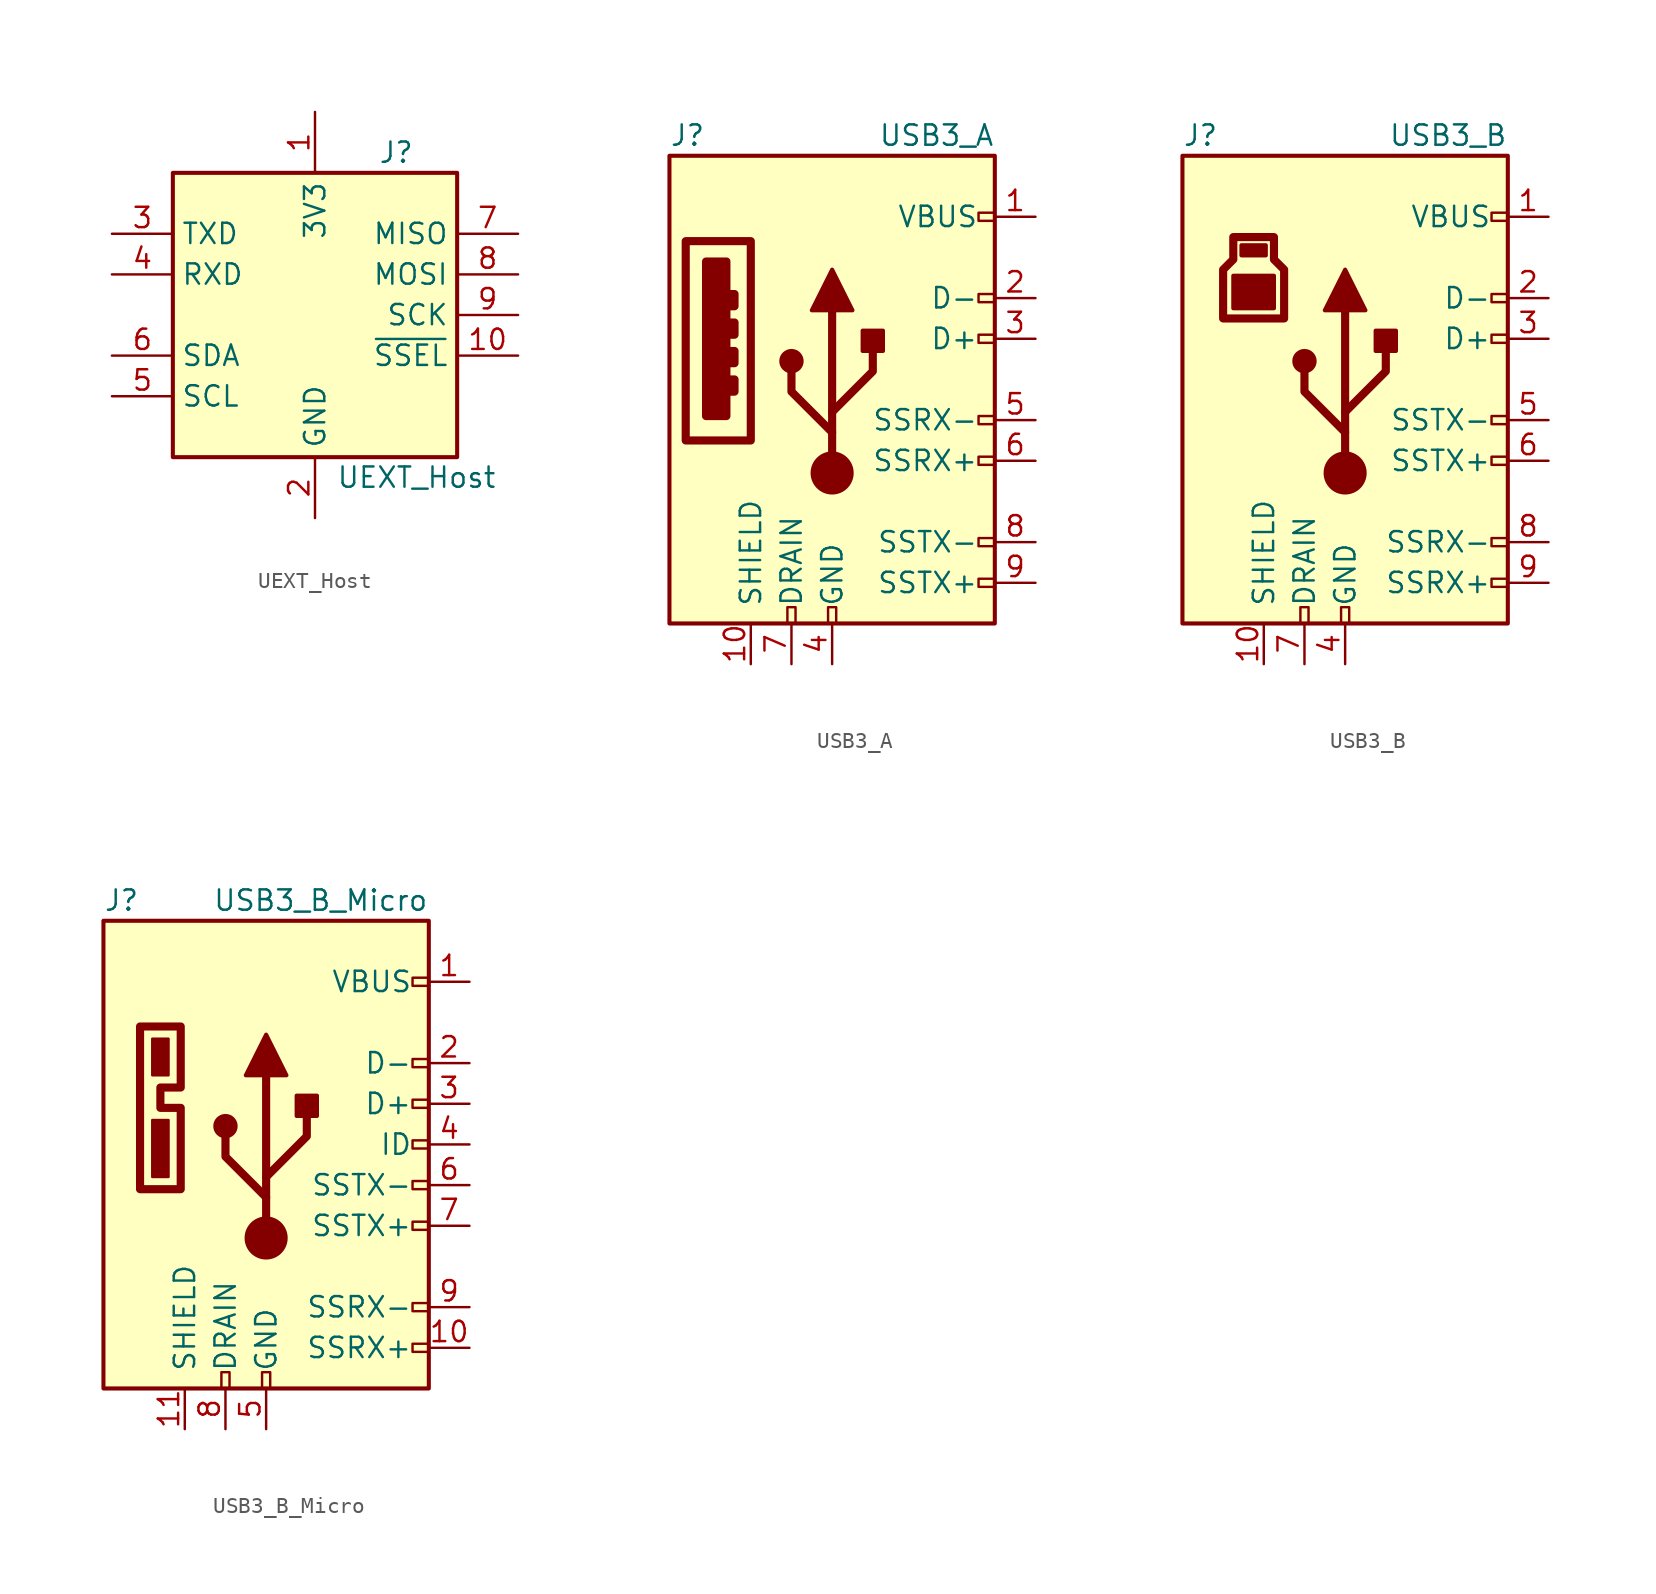
<source format=kicad_sym>
(kicad_symbol_lib
  (version 20211014)
  (generator kicad_symbol_editor)
  (symbol "UEXT_Host"
    (property "Reference" "J"
      (at 5.08 10.16 0)
      (effects (font (size 1.27 1.27))))
    (property "Value" "UEXT_Host"
      (at 6.35 -10.16 0)
      (effects (font (size 1.27 1.27))))
    (symbol "UEXT_Host_1_1"
      (rectangle (start -8.89 8.89) (end 8.89 -8.89) (stroke (width 0.254) (type default) (color 0 0 0 0)) (fill (type background)))
      (pin power_in line (at 0 12.7 270) (length 3.81) (name "3V3" (effects (font (size 1.27 1.27)))) (number "1" (effects (font (size 1.27 1.27)))))
      (pin output line (at 12.7 -2.54 180) (length 3.81) (name "~{SSEL}" (effects (font (size 1.27 1.27)))) (number "10" (effects (font (size 1.27 1.27)))))
      (pin power_in line (at 0 -12.7 90) (length 3.81) (name "GND" (effects (font (size 1.27 1.27)))) (number "2" (effects (font (size 1.27 1.27)))))
      (pin output line (at -12.7 5.08 0) (length 3.81) (name "TXD" (effects (font (size 1.27 1.27)))) (number "3" (effects (font (size 1.27 1.27)))))
      (pin input line (at -12.7 2.54 0) (length 3.81) (name "RXD" (effects (font (size 1.27 1.27)))) (number "4" (effects (font (size 1.27 1.27)))))
      (pin output line (at -12.7 -5.08 0) (length 3.81) (name "SCL" (effects (font (size 1.27 1.27)))) (number "5" (effects (font (size 1.27 1.27)))))
      (pin bidirectional line (at -12.7 -2.54 0) (length 3.81) (name "SDA" (effects (font (size 1.27 1.27)))) (number "6" (effects (font (size 1.27 1.27)))))
      (pin output line (at 12.7 5.08 180) (length 3.81) (name "MISO" (effects (font (size 1.27 1.27)))) (number "7" (effects (font (size 1.27 1.27)))))
      (pin input line (at 12.7 2.54 180) (length 3.81) (name "MOSI" (effects (font (size 1.27 1.27)))) (number "8" (effects (font (size 1.27 1.27)))))
      (pin output line (at 12.7 0 180) (length 3.81) (name "SCK" (effects (font (size 1.27 1.27)))) (number "9" (effects (font (size 1.27 1.27)))))))
  (symbol "USB3_A"
    (pin_names
      (offset 1.016))
    (property "Reference" "J"
      (at -10.16 15.24 0)
      (effects (font (size 1.27 1.27)) (justify left)))
    (property "Value" "USB3_A"
      (at 10.16 15.24 0)
      (effects (font (size 1.27 1.27)) (justify right)))
    (symbol "USB3_A_0_0"
      (rectangle (start -9.144 8.636) (end -5.08 -3.81) (stroke (width 0.508) (type default) (color 0 0 0 0)) (fill (type none)))
      (rectangle (start -7.874 7.366) (end -6.604 -2.286) (stroke (width 0.508) (type default) (color 0 0 0 0)) (fill (type outline)))
      (rectangle (start -6.35 0) (end -6.096 -0.762) (stroke (width 0.508) (type default) (color 0 0 0 0)) (fill (type none)))
      (rectangle (start -6.35 1.778) (end -6.096 1.016) (stroke (width 0.508) (type default) (color 0 0 0 0)) (fill (type none)))
      (rectangle (start -6.35 3.556) (end -6.096 2.794) (stroke (width 0.508) (type default) (color 0 0 0 0)) (fill (type none)))
      (rectangle (start -6.35 5.334) (end -6.096 4.572) (stroke (width 0.508) (type default) (color 0 0 0 0)) (fill (type none)))
      (rectangle (start -2.794 -15.24) (end -2.286 -14.224) (stroke (width 0) (type default) (color 0 0 0 0)) (fill (type none)))
      (rectangle (start -0.254 -15.24) (end 0.254 -14.224) (stroke (width 0) (type default) (color 0 0 0 0)) (fill (type none)))
      (rectangle (start 10.16 -12.446) (end 9.144 -12.954) (stroke (width 0) (type default) (color 0 0 0 0)) (fill (type none)))
      (rectangle (start 10.16 -9.906) (end 9.144 -10.414) (stroke (width 0) (type default) (color 0 0 0 0)) (fill (type none)))
      (rectangle (start 10.16 -4.826) (end 9.144 -5.334) (stroke (width 0) (type default) (color 0 0 0 0)) (fill (type none)))
      (rectangle (start 10.16 -2.286) (end 9.144 -2.794) (stroke (width 0) (type default) (color 0 0 0 0)) (fill (type none)))
      (rectangle (start 10.16 2.794) (end 9.144 2.286) (stroke (width 0) (type default) (color 0 0 0 0)) (fill (type none)))
      (rectangle (start 10.16 5.334) (end 9.144 4.826) (stroke (width 0) (type default) (color 0 0 0 0)) (fill (type none)))
      (rectangle (start 10.16 10.414) (end 9.144 9.906) (stroke (width 0) (type default) (color 0 0 0 0)) (fill (type none))))
    (symbol "USB3_A_0_1"
      (rectangle (start -10.16 13.97) (end 10.16 -15.24) (stroke (width 0.254) (type default) (color 0 0 0 0)) (fill (type background))))
    (symbol "USB3_A_1_1"
      (circle (center -2.54 1.143) (radius 0.635) (stroke (width 0.254) (type default) (color 0 0 0 0)) (fill (type outline)))
      (circle (center 0 -5.842) (radius 1.27) (stroke (width 0) (type default) (color 0 0 0 0)) (fill (type outline)))
      (polyline (pts (xy 0 -5.842) (xy 0 4.318)) (stroke (width 0.508) (type default) (color 0 0 0 0)) (fill (type none)))
      (polyline (pts (xy 0 -3.302) (xy -2.54 -0.762) (xy -2.54 0.508)) (stroke (width 0.508) (type default) (color 0 0 0 0)) (fill (type none)))
      (polyline (pts (xy 0 -2.032) (xy 2.54 0.508) (xy 2.54 1.778)) (stroke (width 0.508) (type default) (color 0 0 0 0)) (fill (type none)))
      (polyline (pts (xy -1.27 4.318) (xy 0 6.858) (xy 1.27 4.318) (xy -1.27 4.318)) (stroke (width 0.254) (type default) (color 0 0 0 0)) (fill (type outline)))
      (rectangle (start 1.905 1.778) (end 3.175 3.048) (stroke (width 0.254) (type default) (color 0 0 0 0)) (fill (type outline)))
      (pin power_in line (at 12.7 10.16 180) (length 2.54) (name "VBUS" (effects (font (size 1.27 1.27)))) (number "1" (effects (font (size 1.27 1.27)))))
      (pin passive line (at -5.08 -17.78 90) (length 2.54) (name "SHIELD" (effects (font (size 1.27 1.27)))) (number "10" (effects (font (size 1.27 1.27)))))
      (pin bidirectional line (at 12.7 5.08 180) (length 2.54) (name "D-" (effects (font (size 1.27 1.27)))) (number "2" (effects (font (size 1.27 1.27)))))
      (pin bidirectional line (at 12.7 2.54 180) (length 2.54) (name "D+" (effects (font (size 1.27 1.27)))) (number "3" (effects (font (size 1.27 1.27)))))
      (pin power_in line (at 0 -17.78 90) (length 2.54) (name "GND" (effects (font (size 1.27 1.27)))) (number "4" (effects (font (size 1.27 1.27)))))
      (pin output line (at 12.7 -2.54 180) (length 2.54) (name "SSRX-" (effects (font (size 1.27 1.27)))) (number "5" (effects (font (size 1.27 1.27)))))
      (pin output line (at 12.7 -5.08 180) (length 2.54) (name "SSRX+" (effects (font (size 1.27 1.27)))) (number "6" (effects (font (size 1.27 1.27)))))
      (pin passive line (at -2.54 -17.78 90) (length 2.54) (name "DRAIN" (effects (font (size 1.27 1.27)))) (number "7" (effects (font (size 1.27 1.27)))))
      (pin input line (at 12.7 -10.16 180) (length 2.54) (name "SSTX-" (effects (font (size 1.27 1.27)))) (number "8" (effects (font (size 1.27 1.27)))))
      (pin input line (at 12.7 -12.7 180) (length 2.54) (name "SSTX+" (effects (font (size 1.27 1.27)))) (number "9" (effects (font (size 1.27 1.27)))))))
  (symbol "USB3_B"
    (pin_names
      (offset 1.016))
    (property "Reference" "J"
      (at -10.16 15.24 0)
      (effects (font (size 1.27 1.27)) (justify left)))
    (property "Value" "USB3_B"
      (at 10.16 15.24 0)
      (effects (font (size 1.27 1.27)) (justify right)))
    (symbol "USB3_B_0_0"
      (rectangle (start -2.794 -15.24) (end -2.286 -14.224) (stroke (width 0) (type default) (color 0 0 0 0)) (fill (type none)))
      (rectangle (start -0.254 -15.24) (end 0.254 -14.224) (stroke (width 0) (type default) (color 0 0 0 0)) (fill (type none)))
      (rectangle (start 10.16 -12.446) (end 9.144 -12.954) (stroke (width 0) (type default) (color 0 0 0 0)) (fill (type none)))
      (rectangle (start 10.16 -9.906) (end 9.144 -10.414) (stroke (width 0) (type default) (color 0 0 0 0)) (fill (type none)))
      (rectangle (start 10.16 -4.826) (end 9.144 -5.334) (stroke (width 0) (type default) (color 0 0 0 0)) (fill (type none)))
      (rectangle (start 10.16 -2.286) (end 9.144 -2.794) (stroke (width 0) (type default) (color 0 0 0 0)) (fill (type none)))
      (rectangle (start 10.16 2.794) (end 9.144 2.286) (stroke (width 0) (type default) (color 0 0 0 0)) (fill (type none)))
      (rectangle (start 10.16 5.334) (end 9.144 4.826) (stroke (width 0) (type default) (color 0 0 0 0)) (fill (type none)))
      (rectangle (start 10.16 10.414) (end 9.144 9.906) (stroke (width 0) (type default) (color 0 0 0 0)) (fill (type none))))
    (symbol "USB3_B_0_1"
      (rectangle (start -10.16 13.97) (end 10.16 -15.24) (stroke (width 0.254) (type default) (color 0 0 0 0)) (fill (type background)))
      (rectangle (start -6.477 8.382) (end -4.953 7.747) (stroke (width 0.254) (type default) (color 0 0 0 0)) (fill (type outline)))
      (rectangle (start -4.445 4.445) (end -6.985 6.477) (stroke (width 0.254) (type default) (color 0 0 0 0)) (fill (type outline)))
      (polyline (pts (xy -6.985 8.89) (xy -6.985 7.493) (xy -7.62 6.858) (xy -7.62 3.81) (xy -3.81 3.81) (xy -3.81 6.858) (xy -4.445 7.493) (xy -4.445 8.89) (xy -6.858 8.89) (xy -6.985 8.89)) (stroke (width 0.508) (type default) (color 0 0 0 0)) (fill (type none))))
    (symbol "USB3_B_1_1"
      (circle (center -2.54 1.143) (radius 0.635) (stroke (width 0.254) (type default) (color 0 0 0 0)) (fill (type outline)))
      (circle (center 0 -5.842) (radius 1.27) (stroke (width 0) (type default) (color 0 0 0 0)) (fill (type outline)))
      (polyline (pts (xy 0 -5.842) (xy 0 4.318)) (stroke (width 0.508) (type default) (color 0 0 0 0)) (fill (type none)))
      (polyline (pts (xy 0 -3.302) (xy -2.54 -0.762) (xy -2.54 0.508)) (stroke (width 0.508) (type default) (color 0 0 0 0)) (fill (type none)))
      (polyline (pts (xy 0 -2.032) (xy 2.54 0.508) (xy 2.54 1.778)) (stroke (width 0.508) (type default) (color 0 0 0 0)) (fill (type none)))
      (polyline (pts (xy -1.27 4.318) (xy 0 6.858) (xy 1.27 4.318) (xy -1.27 4.318)) (stroke (width 0.254) (type default) (color 0 0 0 0)) (fill (type outline)))
      (rectangle (start 1.905 1.778) (end 3.175 3.048) (stroke (width 0.254) (type default) (color 0 0 0 0)) (fill (type outline)))
      (pin power_out line (at 12.7 10.16 180) (length 2.54) (name "VBUS" (effects (font (size 1.27 1.27)))) (number "1" (effects (font (size 1.27 1.27)))))
      (pin passive line (at -5.08 -17.78 90) (length 2.54) (name "SHIELD" (effects (font (size 1.27 1.27)))) (number "10" (effects (font (size 1.27 1.27)))))
      (pin bidirectional line (at 12.7 5.08 180) (length 2.54) (name "D-" (effects (font (size 1.27 1.27)))) (number "2" (effects (font (size 1.27 1.27)))))
      (pin bidirectional line (at 12.7 2.54 180) (length 2.54) (name "D+" (effects (font (size 1.27 1.27)))) (number "3" (effects (font (size 1.27 1.27)))))
      (pin power_out line (at 0 -17.78 90) (length 2.54) (name "GND" (effects (font (size 1.27 1.27)))) (number "4" (effects (font (size 1.27 1.27)))))
      (pin output line (at 12.7 -2.54 180) (length 2.54) (name "SSTX-" (effects (font (size 1.27 1.27)))) (number "5" (effects (font (size 1.27 1.27)))))
      (pin output line (at 12.7 -5.08 180) (length 2.54) (name "SSTX+" (effects (font (size 1.27 1.27)))) (number "6" (effects (font (size 1.27 1.27)))))
      (pin passive line (at -2.54 -17.78 90) (length 2.54) (name "DRAIN" (effects (font (size 1.27 1.27)))) (number "7" (effects (font (size 1.27 1.27)))))
      (pin input line (at 12.7 -10.16 180) (length 2.54) (name "SSRX-" (effects (font (size 1.27 1.27)))) (number "8" (effects (font (size 1.27 1.27)))))
      (pin input line (at 12.7 -12.7 180) (length 2.54) (name "SSRX+" (effects (font (size 1.27 1.27)))) (number "9" (effects (font (size 1.27 1.27)))))))
  (symbol "USB3_B_Micro"
    (pin_names
      (offset 1.016))
    (property "Reference" "J"
      (at -10.16 15.24 0)
      (effects (font (size 1.27 1.27)) (justify left)))
    (property "Value" "USB3_B_Micro"
      (at 10.16 15.24 0)
      (effects (font (size 1.27 1.27)) (justify right)))
    (symbol "USB3_B_Micro_0_0"
      (rectangle (start -2.794 -15.24) (end -2.286 -14.224) (stroke (width 0) (type default) (color 0 0 0 0)) (fill (type none)))
      (rectangle (start -0.254 -15.24) (end 0.254 -14.224) (stroke (width 0) (type default) (color 0 0 0 0)) (fill (type none)))
      (rectangle (start 10.16 -12.446) (end 9.144 -12.954) (stroke (width 0) (type default) (color 0 0 0 0)) (fill (type none)))
      (rectangle (start 10.16 -9.906) (end 9.144 -10.414) (stroke (width 0) (type default) (color 0 0 0 0)) (fill (type none)))
      (rectangle (start 10.16 -4.826) (end 9.144 -5.334) (stroke (width 0) (type default) (color 0 0 0 0)) (fill (type none)))
      (rectangle (start 10.16 -2.286) (end 9.144 -2.794) (stroke (width 0) (type default) (color 0 0 0 0)) (fill (type none)))
      (rectangle (start 10.16 0.254) (end 9.144 -0.254) (stroke (width 0) (type default) (color 0 0 0 0)) (fill (type none)))
      (rectangle (start 10.16 2.794) (end 9.144 2.286) (stroke (width 0) (type default) (color 0 0 0 0)) (fill (type none)))
      (rectangle (start 10.16 5.334) (end 9.144 4.826) (stroke (width 0) (type default) (color 0 0 0 0)) (fill (type none)))
      (rectangle (start 10.16 10.414) (end 9.144 9.906) (stroke (width 0) (type default) (color 0 0 0 0)) (fill (type none))))
    (symbol "USB3_B_Micro_0_1"
      (rectangle (start -10.16 13.97) (end 10.16 -15.24) (stroke (width 0.254) (type default) (color 0 0 0 0)) (fill (type background)))
      (rectangle (start -7.112 1.524) (end -6.096 -2.032) (stroke (width 0) (type default) (color 0 0 0 0)) (fill (type outline)))
      (rectangle (start -7.112 6.604) (end -6.096 4.318) (stroke (width 0) (type default) (color 0 0 0 0)) (fill (type outline)))
      (polyline (pts (xy -7.874 7.366) (xy -7.874 -2.794) (xy -5.334 -2.794) (xy -5.334 2.286) (xy -6.604 2.286) (xy -6.604 3.556) (xy -5.334 3.556) (xy -5.334 7.366) (xy -7.874 7.366)) (stroke (width 0.508) (type default) (color 0 0 0 0)) (fill (type none))))
    (symbol "USB3_B_Micro_1_1"
      (circle (center -2.54 1.143) (radius 0.635) (stroke (width 0.254) (type default) (color 0 0 0 0)) (fill (type outline)))
      (circle (center 0 -5.842) (radius 1.27) (stroke (width 0) (type default) (color 0 0 0 0)) (fill (type outline)))
      (polyline (pts (xy 0 -5.842) (xy 0 4.318)) (stroke (width 0.508) (type default) (color 0 0 0 0)) (fill (type none)))
      (polyline (pts (xy 0 -3.302) (xy -2.54 -0.762) (xy -2.54 0.508)) (stroke (width 0.508) (type default) (color 0 0 0 0)) (fill (type none)))
      (polyline (pts (xy 0 -2.032) (xy 2.54 0.508) (xy 2.54 1.778)) (stroke (width 0.508) (type default) (color 0 0 0 0)) (fill (type none)))
      (polyline (pts (xy -1.27 4.318) (xy 0 6.858) (xy 1.27 4.318) (xy -1.27 4.318)) (stroke (width 0.254) (type default) (color 0 0 0 0)) (fill (type outline)))
      (rectangle (start 1.905 1.778) (end 3.175 3.048) (stroke (width 0.254) (type default) (color 0 0 0 0)) (fill (type outline)))
      (pin power_out line (at 12.7 10.16 180) (length 2.54) (name "VBUS" (effects (font (size 1.27 1.27)))) (number "1" (effects (font (size 1.27 1.27)))))
      (pin input line (at 12.7 -12.7 180) (length 2.54) (name "SSRX+" (effects (font (size 1.27 1.27)))) (number "10" (effects (font (size 1.27 1.27)))))
      (pin passive line (at -5.08 -17.78 90) (length 2.54) (name "SHIELD" (effects (font (size 1.27 1.27)))) (number "11" (effects (font (size 1.27 1.27)))))
      (pin bidirectional line (at 12.7 5.08 180) (length 2.54) (name "D-" (effects (font (size 1.27 1.27)))) (number "2" (effects (font (size 1.27 1.27)))))
      (pin bidirectional line (at 12.7 2.54 180) (length 2.54) (name "D+" (effects (font (size 1.27 1.27)))) (number "3" (effects (font (size 1.27 1.27)))))
      (pin passive line (at 12.7 0 180) (length 2.54) (name "ID" (effects (font (size 1.27 1.27)))) (number "4" (effects (font (size 1.27 1.27)))))
      (pin power_out line (at 0 -17.78 90) (length 2.54) (name "GND" (effects (font (size 1.27 1.27)))) (number "5" (effects (font (size 1.27 1.27)))))
      (pin output line (at 12.7 -2.54 180) (length 2.54) (name "SSTX-" (effects (font (size 1.27 1.27)))) (number "6" (effects (font (size 1.27 1.27)))))
      (pin output line (at 12.7 -5.08 180) (length 2.54) (name "SSTX+" (effects (font (size 1.27 1.27)))) (number "7" (effects (font (size 1.27 1.27)))))
      (pin passive line (at -2.54 -17.78 90) (length 2.54) (name "DRAIN" (effects (font (size 1.27 1.27)))) (number "8" (effects (font (size 1.27 1.27)))))
      (pin input line (at 12.7 -10.16 180) (length 2.54) (name "SSRX-" (effects (font (size 1.27 1.27)))) (number "9" (effects (font (size 1.27 1.27))))))))
</source>
